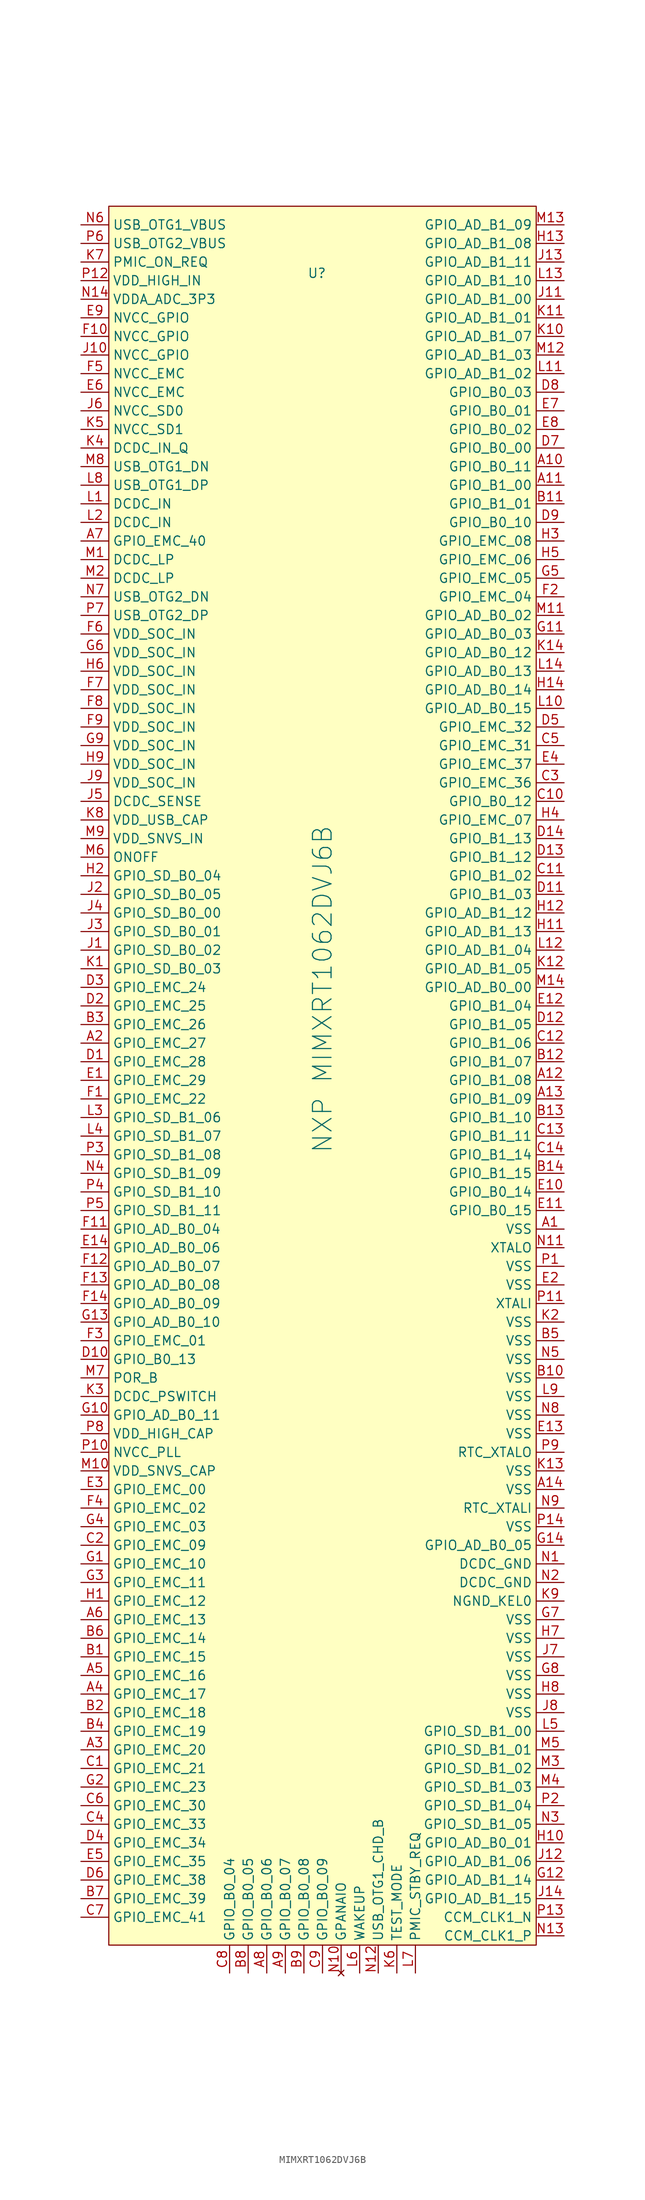
<source format=kicad_sym>
(kicad_symbol_lib
  (version 20241209)
  (generator "kicad_symbol_editor")
  (generator_version "9.0")
  (symbol "MIMXRT1062DVJ6B"
    (property "Reference" "U"
      (at 4.318 -9.144 0)
      (effects (font (size 1.27 1.27))))
    (property "Value" "NXP MIMXRT1062DVJ6B"
      (at 5.08 -106.934 90)
      (effects (font (size 2.54 2.54))))
    (symbol "MIMXRT1062DVJ6B_1_1"
      (rectangle (start -24.13 0) (end 34.29 -237.49) (stroke (width 0) (type solid)) (fill (type background)))
      (pin passive line (at -27.94 -2.54 0) (length 3.81) (name "USB_OTG1_VBUS" (effects (font (size 1.27 1.27)))) (number "N6" (effects (font (size 1.27 1.27)))))
      (pin passive line (at -27.94 -5.08 0) (length 3.81) (name "USB_OTG2_VBUS" (effects (font (size 1.27 1.27)))) (number "P6" (effects (font (size 1.27 1.27)))))
      (pin passive line (at -27.94 -7.62 0) (length 3.81) (name "PMIC_ON_REQ" (effects (font (size 1.27 1.27)))) (number "K7" (effects (font (size 1.27 1.27)))))
      (pin passive line (at -27.94 -10.16 0) (length 3.81) (name "VDD_HIGH_IN" (effects (font (size 1.27 1.27)))) (number "P12" (effects (font (size 1.27 1.27)))))
      (pin passive line (at -27.94 -12.7 0) (length 3.81) (name "VDDA_ADC_3P3" (effects (font (size 1.27 1.27)))) (number "N14" (effects (font (size 1.27 1.27)))))
      (pin passive line (at -27.94 -15.24 0) (length 3.81) (name "NVCC_GPIO" (effects (font (size 1.27 1.27)))) (number "E9" (effects (font (size 1.27 1.27)))))
      (pin passive line (at -27.94 -17.78 0) (length 3.81) (name "NVCC_GPIO" (effects (font (size 1.27 1.27)))) (number "F10" (effects (font (size 1.27 1.27)))))
      (pin passive line (at -27.94 -20.32 0) (length 3.81) (name "NVCC_GPIO" (effects (font (size 1.27 1.27)))) (number "J10" (effects (font (size 1.27 1.27)))))
      (pin passive line (at -27.94 -22.86 0) (length 3.81) (name "NVCC_EMC" (effects (font (size 1.27 1.27)))) (number "F5" (effects (font (size 1.27 1.27)))))
      (pin passive line (at -27.94 -25.4 0) (length 3.81) (name "NVCC_EMC" (effects (font (size 1.27 1.27)))) (number "E6" (effects (font (size 1.27 1.27)))))
      (pin passive line (at -27.94 -27.94 0) (length 3.81) (name "NVCC_SD0" (effects (font (size 1.27 1.27)))) (number "J6" (effects (font (size 1.27 1.27)))))
      (pin passive line (at -27.94 -30.48 0) (length 3.81) (name "NVCC_SD1" (effects (font (size 1.27 1.27)))) (number "K5" (effects (font (size 1.27 1.27)))))
      (pin power_in line (at -27.94 -33.02 0) (length 3.81) (name "DCDC_IN_Q" (effects (font (size 1.27 1.27)))) (number "K4" (effects (font (size 1.27 1.27)))))
      (pin passive line (at -27.94 -35.56 0) (length 3.81) (name "USB_OTG1_DN" (effects (font (size 1.27 1.27)))) (number "M8" (effects (font (size 1.27 1.27)))))
      (pin passive line (at -27.94 -38.1 0) (length 3.81) (name "USB_OTG1_DP" (effects (font (size 1.27 1.27)))) (number "L8" (effects (font (size 1.27 1.27)))))
      (pin power_in line (at -27.94 -40.64 0) (length 3.81) (name "DCDC_IN" (effects (font (size 1.27 1.27)))) (number "L1" (effects (font (size 1.27 1.27)))))
      (pin power_in line (at -27.94 -43.18 0) (length 3.81) (name "DCDC_IN" (effects (font (size 1.27 1.27)))) (number "L2" (effects (font (size 1.27 1.27)))))
      (pin passive line (at -27.94 -45.72 0) (length 3.81) (name "GPIO_EMC_40" (effects (font (size 1.27 1.27)))) (number "A7" (effects (font (size 1.27 1.27)))))
      (pin passive line (at -27.94 -48.26 0) (length 3.81) (name "DCDC_LP" (effects (font (size 1.27 1.27)))) (number "M1" (effects (font (size 1.27 1.27)))))
      (pin passive line (at -27.94 -50.8 0) (length 3.81) (name "DCDC_LP" (effects (font (size 1.27 1.27)))) (number "M2" (effects (font (size 1.27 1.27)))))
      (pin passive line (at -27.94 -53.34 0) (length 3.81) (name "USB_OTG2_DN" (effects (font (size 1.27 1.27)))) (number "N7" (effects (font (size 1.27 1.27)))))
      (pin passive line (at -27.94 -55.88 0) (length 3.81) (name "USB_OTG2_DP" (effects (font (size 1.27 1.27)))) (number "P7" (effects (font (size 1.27 1.27)))))
      (pin passive line (at -27.94 -58.42 0) (length 3.81) (name "VDD_SOC_IN" (effects (font (size 1.27 1.27)))) (number "F6" (effects (font (size 1.27 1.27)))))
      (pin passive line (at -27.94 -60.96 0) (length 3.81) (name "VDD_SOC_IN" (effects (font (size 1.27 1.27)))) (number "G6" (effects (font (size 1.27 1.27)))))
      (pin passive line (at -27.94 -63.5 0) (length 3.81) (name "VDD_SOC_IN" (effects (font (size 1.27 1.27)))) (number "H6" (effects (font (size 1.27 1.27)))))
      (pin passive line (at -27.94 -66.04 0) (length 3.81) (name "VDD_SOC_IN" (effects (font (size 1.27 1.27)))) (number "F7" (effects (font (size 1.27 1.27)))))
      (pin passive line (at -27.94 -68.58 0) (length 3.81) (name "VDD_SOC_IN" (effects (font (size 1.27 1.27)))) (number "F8" (effects (font (size 1.27 1.27)))))
      (pin passive line (at -27.94 -71.12 0) (length 3.81) (name "VDD_SOC_IN" (effects (font (size 1.27 1.27)))) (number "F9" (effects (font (size 1.27 1.27)))))
      (pin passive line (at -27.94 -73.66 0) (length 3.81) (name "VDD_SOC_IN" (effects (font (size 1.27 1.27)))) (number "G9" (effects (font (size 1.27 1.27)))))
      (pin passive line (at -27.94 -76.2 0) (length 3.81) (name "VDD_SOC_IN" (effects (font (size 1.27 1.27)))) (number "H9" (effects (font (size 1.27 1.27)))))
      (pin passive line (at -27.94 -78.74 0) (length 3.81) (name "VDD_SOC_IN" (effects (font (size 1.27 1.27)))) (number "J9" (effects (font (size 1.27 1.27)))))
      (pin passive line (at -27.94 -81.28 0) (length 3.81) (name "DCDC_SENSE" (effects (font (size 1.27 1.27)))) (number "J5" (effects (font (size 1.27 1.27)))))
      (pin passive line (at -27.94 -83.82 0) (length 3.81) (name "VDD_USB_CAP" (effects (font (size 1.27 1.27)))) (number "K8" (effects (font (size 1.27 1.27)))))
      (pin passive line (at -27.94 -86.36 0) (length 3.81) (name "VDD_SNVS_IN" (effects (font (size 1.27 1.27)))) (number "M9" (effects (font (size 1.27 1.27)))))
      (pin passive line (at -27.94 -88.9 0) (length 3.81) (name "ONOFF" (effects (font (size 1.27 1.27)))) (number "M6" (effects (font (size 1.27 1.27)))))
      (pin passive line (at -27.94 -91.44 0) (length 3.81) (name "GPIO_SD_B0_04" (effects (font (size 1.27 1.27)))) (number "H2" (effects (font (size 1.27 1.27)))))
      (pin passive line (at -27.94 -93.98 0) (length 3.81) (name "GPIO_SD_B0_05" (effects (font (size 1.27 1.27)))) (number "J2" (effects (font (size 1.27 1.27)))))
      (pin passive line (at -27.94 -96.52 0) (length 3.81) (name "GPIO_SD_B0_00" (effects (font (size 1.27 1.27)))) (number "J4" (effects (font (size 1.27 1.27)))))
      (pin passive line (at -27.94 -99.06 0) (length 3.81) (name "GPIO_SD_B0_01" (effects (font (size 1.27 1.27)))) (number "J3" (effects (font (size 1.27 1.27)))))
      (pin passive line (at -27.94 -101.6 0) (length 3.81) (name "GPIO_SD_B0_02" (effects (font (size 1.27 1.27)))) (number "J1" (effects (font (size 1.27 1.27)))))
      (pin passive line (at -27.94 -104.14 0) (length 3.81) (name "GPIO_SD_B0_03" (effects (font (size 1.27 1.27)))) (number "K1" (effects (font (size 1.27 1.27)))))
      (pin passive line (at -27.94 -106.68 0) (length 3.81) (name "GPIO_EMC_24" (effects (font (size 1.27 1.27)))) (number "D3" (effects (font (size 1.27 1.27)))))
      (pin passive line (at -27.94 -109.22 0) (length 3.81) (name "GPIO_EMC_25" (effects (font (size 1.27 1.27)))) (number "D2" (effects (font (size 1.27 1.27)))))
      (pin passive line (at -27.94 -111.76 0) (length 3.81) (name "GPIO_EMC_26" (effects (font (size 1.27 1.27)))) (number "B3" (effects (font (size 1.27 1.27)))))
      (pin passive line (at -27.94 -114.3 0) (length 3.81) (name "GPIO_EMC_27" (effects (font (size 1.27 1.27)))) (number "A2" (effects (font (size 1.27 1.27)))))
      (pin passive line (at -27.94 -116.84 0) (length 3.81) (name "GPIO_EMC_28" (effects (font (size 1.27 1.27)))) (number "D1" (effects (font (size 1.27 1.27)))))
      (pin passive line (at -27.94 -119.38 0) (length 3.81) (name "GPIO_EMC_29" (effects (font (size 1.27 1.27)))) (number "E1" (effects (font (size 1.27 1.27)))))
      (pin passive line (at -27.94 -121.92 0) (length 3.81) (name "GPIO_EMC_22" (effects (font (size 1.27 1.27)))) (number "F1" (effects (font (size 1.27 1.27)))))
      (pin passive line (at -27.94 -124.46 0) (length 3.81) (name "GPIO_SD_B1_06" (effects (font (size 1.27 1.27)))) (number "L3" (effects (font (size 1.27 1.27)))))
      (pin passive line (at -27.94 -127 0) (length 3.81) (name "GPIO_SD_B1_07" (effects (font (size 1.27 1.27)))) (number "L4" (effects (font (size 1.27 1.27)))))
      (pin passive line (at -27.94 -129.54 0) (length 3.81) (name "GPIO_SD_B1_08" (effects (font (size 1.27 1.27)))) (number "P3" (effects (font (size 1.27 1.27)))))
      (pin passive line (at -27.94 -132.08 0) (length 3.81) (name "GPIO_SD_B1_09" (effects (font (size 1.27 1.27)))) (number "N4" (effects (font (size 1.27 1.27)))))
      (pin passive line (at -27.94 -134.62 0) (length 3.81) (name "GPIO_SD_B1_10" (effects (font (size 1.27 1.27)))) (number "P4" (effects (font (size 1.27 1.27)))))
      (pin passive line (at -27.94 -137.16 0) (length 3.81) (name "GPIO_SD_B1_11" (effects (font (size 1.27 1.27)))) (number "P5" (effects (font (size 1.27 1.27)))))
      (pin passive line (at -27.94 -139.7 0) (length 3.81) (name "GPIO_AD_B0_04" (effects (font (size 1.27 1.27)))) (number "F11" (effects (font (size 1.27 1.27)))))
      (pin passive line (at -27.94 -142.24 0) (length 3.81) (name "GPIO_AD_B0_06" (effects (font (size 1.27 1.27)))) (number "E14" (effects (font (size 1.27 1.27)))))
      (pin passive line (at -27.94 -144.78 0) (length 3.81) (name "GPIO_AD_B0_07" (effects (font (size 1.27 1.27)))) (number "F12" (effects (font (size 1.27 1.27)))))
      (pin passive line (at -27.94 -147.32 0) (length 3.81) (name "GPIO_AD_B0_08" (effects (font (size 1.27 1.27)))) (number "F13" (effects (font (size 1.27 1.27)))))
      (pin passive line (at -27.94 -149.86 0) (length 3.81) (name "GPIO_AD_B0_09" (effects (font (size 1.27 1.27)))) (number "F14" (effects (font (size 1.27 1.27)))))
      (pin passive line (at -27.94 -152.4 0) (length 3.81) (name "GPIO_AD_B0_10" (effects (font (size 1.27 1.27)))) (number "G13" (effects (font (size 1.27 1.27)))))
      (pin passive line (at -27.94 -154.94 0) (length 3.81) (name "GPIO_EMC_01" (effects (font (size 1.27 1.27)))) (number "F3" (effects (font (size 1.27 1.27)))))
      (pin passive line (at -27.94 -157.48 0) (length 3.81) (name "GPIO_B0_13" (effects (font (size 1.27 1.27)))) (number "D10" (effects (font (size 1.27 1.27)))))
      (pin passive line (at -27.94 -160.02 0) (length 3.81) (name "POR_B" (effects (font (size 1.27 1.27)))) (number "M7" (effects (font (size 1.27 1.27)))))
      (pin passive line (at -27.94 -162.56 0) (length 3.81) (name "DCDC_PSWITCH" (effects (font (size 1.27 1.27)))) (number "K3" (effects (font (size 1.27 1.27)))))
      (pin passive line (at -27.94 -165.1 0) (length 3.81) (name "GPIO_AD_B0_11" (effects (font (size 1.27 1.27)))) (number "G10" (effects (font (size 1.27 1.27)))))
      (pin passive line (at -27.94 -167.64 0) (length 3.81) (name "VDD_HIGH_CAP" (effects (font (size 1.27 1.27)))) (number "P8" (effects (font (size 1.27 1.27)))))
      (pin passive line (at -27.94 -170.18 0) (length 3.81) (name "NVCC_PLL" (effects (font (size 1.27 1.27)))) (number "P10" (effects (font (size 1.27 1.27)))))
      (pin passive line (at -27.94 -172.72 0) (length 3.81) (name "VDD_SNVS_CAP" (effects (font (size 1.27 1.27)))) (number "M10" (effects (font (size 1.27 1.27)))))
      (pin passive line (at -27.94 -175.26 0) (length 3.81) (name "GPIO_EMC_00" (effects (font (size 1.27 1.27)))) (number "E3" (effects (font (size 1.27 1.27)))))
      (pin passive line (at -27.94 -177.8 0) (length 3.81) (name "GPIO_EMC_02" (effects (font (size 1.27 1.27)))) (number "F4" (effects (font (size 1.27 1.27)))))
      (pin passive line (at -27.94 -180.34 0) (length 3.81) (name "GPIO_EMC_03" (effects (font (size 1.27 1.27)))) (number "G4" (effects (font (size 1.27 1.27)))))
      (pin passive line (at -27.94 -182.88 0) (length 3.81) (name "GPIO_EMC_09" (effects (font (size 1.27 1.27)))) (number "C2" (effects (font (size 1.27 1.27)))))
      (pin passive line (at -27.94 -185.42 0) (length 3.81) (name "GPIO_EMC_10" (effects (font (size 1.27 1.27)))) (number "G1" (effects (font (size 1.27 1.27)))))
      (pin passive line (at -27.94 -187.96 0) (length 3.81) (name "GPIO_EMC_11" (effects (font (size 1.27 1.27)))) (number "G3" (effects (font (size 1.27 1.27)))))
      (pin passive line (at -27.94 -190.5 0) (length 3.81) (name "GPIO_EMC_12" (effects (font (size 1.27 1.27)))) (number "H1" (effects (font (size 1.27 1.27)))))
      (pin passive line (at -27.94 -193.04 0) (length 3.81) (name "GPIO_EMC_13" (effects (font (size 1.27 1.27)))) (number "A6" (effects (font (size 1.27 1.27)))))
      (pin passive line (at -27.94 -195.58 0) (length 3.81) (name "GPIO_EMC_14" (effects (font (size 1.27 1.27)))) (number "B6" (effects (font (size 1.27 1.27)))))
      (pin passive line (at -27.94 -198.12 0) (length 3.81) (name "GPIO_EMC_15" (effects (font (size 1.27 1.27)))) (number "B1" (effects (font (size 1.27 1.27)))))
      (pin passive line (at -27.94 -200.66 0) (length 3.81) (name "GPIO_EMC_16" (effects (font (size 1.27 1.27)))) (number "A5" (effects (font (size 1.27 1.27)))))
      (pin passive line (at -27.94 -203.2 0) (length 3.81) (name "GPIO_EMC_17" (effects (font (size 1.27 1.27)))) (number "A4" (effects (font (size 1.27 1.27)))))
      (pin passive line (at -27.94 -205.74 0) (length 3.81) (name "GPIO_EMC_18" (effects (font (size 1.27 1.27)))) (number "B2" (effects (font (size 1.27 1.27)))))
      (pin passive line (at -27.94 -208.28 0) (length 3.81) (name "GPIO_EMC_19" (effects (font (size 1.27 1.27)))) (number "B4" (effects (font (size 1.27 1.27)))))
      (pin passive line (at -27.94 -210.82 0) (length 3.81) (name "GPIO_EMC_20" (effects (font (size 1.27 1.27)))) (number "A3" (effects (font (size 1.27 1.27)))))
      (pin passive line (at -27.94 -213.36 0) (length 3.81) (name "GPIO_EMC_21" (effects (font (size 1.27 1.27)))) (number "C1" (effects (font (size 1.27 1.27)))))
      (pin passive line (at -27.94 -215.9 0) (length 3.81) (name "GPIO_EMC_23" (effects (font (size 1.27 1.27)))) (number "G2" (effects (font (size 1.27 1.27)))))
      (pin passive line (at -27.94 -218.44 0) (length 3.81) (name "GPIO_EMC_30" (effects (font (size 1.27 1.27)))) (number "C6" (effects (font (size 1.27 1.27)))))
      (pin passive line (at -27.94 -220.98 0) (length 3.81) (name "GPIO_EMC_33" (effects (font (size 1.27 1.27)))) (number "C4" (effects (font (size 1.27 1.27)))))
      (pin passive line (at -27.94 -223.52 0) (length 3.81) (name "GPIO_EMC_34" (effects (font (size 1.27 1.27)))) (number "D4" (effects (font (size 1.27 1.27)))))
      (pin passive line (at -27.94 -226.06 0) (length 3.81) (name "GPIO_EMC_35" (effects (font (size 1.27 1.27)))) (number "E5" (effects (font (size 1.27 1.27)))))
      (pin passive line (at -27.94 -228.6 0) (length 3.81) (name "GPIO_EMC_38" (effects (font (size 1.27 1.27)))) (number "D6" (effects (font (size 1.27 1.27)))))
      (pin passive line (at -27.94 -231.14 0) (length 3.81) (name "GPIO_EMC_39" (effects (font (size 1.27 1.27)))) (number "B7" (effects (font (size 1.27 1.27)))))
      (pin passive line (at -27.94 -233.68 0) (length 3.81) (name "GPIO_EMC_41" (effects (font (size 1.27 1.27)))) (number "C7" (effects (font (size 1.27 1.27)))))
      (pin passive line (at -7.62 -241.3 90) (length 3.81) (name "GPIO_B0_04" (effects (font (size 1.27 1.27)))) (number "C8" (effects (font (size 1.27 1.27)))))
      (pin passive line (at -5.08 -241.3 90) (length 3.81) (name "GPIO_B0_05" (effects (font (size 1.27 1.27)))) (number "B8" (effects (font (size 1.27 1.27)))))
      (pin passive line (at -2.54 -241.3 90) (length 3.81) (name "GPIO_B0_06" (effects (font (size 1.27 1.27)))) (number "A8" (effects (font (size 1.27 1.27)))))
      (pin passive line (at 0 -241.3 90) (length 3.81) (name "GPIO_B0_07" (effects (font (size 1.27 1.27)))) (number "A9" (effects (font (size 1.27 1.27)))))
      (pin passive line (at 2.54 -241.3 90) (length 3.81) (name "GPIO_B0_08" (effects (font (size 1.27 1.27)))) (number "B9" (effects (font (size 1.27 1.27)))))
      (pin passive line (at 5.08 -241.3 90) (length 3.81) (name "GPIO_B0_09" (effects (font (size 1.27 1.27)))) (number "C9" (effects (font (size 1.27 1.27)))))
      (pin no_connect line (at 7.62 -241.3 90) (length 3.81) (name "GPANAIO" (effects (font (size 1.27 1.27)))) (number "N10" (effects (font (size 1.27 1.27)))))
      (pin passive line (at 10.16 -241.3 90) (length 3.81) (name "WAKEUP" (effects (font (size 1.27 1.27)))) (number "L6" (effects (font (size 1.27 1.27)))))
      (pin passive line (at 12.7 -241.3 90) (length 3.81) (name "USB_OTG1_CHD_B" (effects (font (size 1.27 1.27)))) (number "N12" (effects (font (size 1.27 1.27)))))
      (pin passive line (at 15.24 -241.3 90) (length 3.81) (name "TEST_MODE" (effects (font (size 1.27 1.27)))) (number "K6" (effects (font (size 1.27 1.27)))))
      (pin passive line (at 17.78 -241.3 90) (length 3.81) (name "PMIC_STBY_REQ" (effects (font (size 1.27 1.27)))) (number "L7" (effects (font (size 1.27 1.27)))))
      (pin passive line (at 38.1 -2.54 180) (length 3.81) (name "GPIO_AD_B1_09" (effects (font (size 1.27 1.27)))) (number "M13" (effects (font (size 1.27 1.27)))))
      (pin passive line (at 38.1 -5.08 180) (length 3.81) (name "GPIO_AD_B1_08" (effects (font (size 1.27 1.27)))) (number "H13" (effects (font (size 1.27 1.27)))))
      (pin passive line (at 38.1 -7.62 180) (length 3.81) (name "GPIO_AD_B1_11" (effects (font (size 1.27 1.27)))) (number "J13" (effects (font (size 1.27 1.27)))))
      (pin passive line (at 38.1 -10.16 180) (length 3.81) (name "GPIO_AD_B1_10" (effects (font (size 1.27 1.27)))) (number "L13" (effects (font (size 1.27 1.27)))))
      (pin passive line (at 38.1 -12.7 180) (length 3.81) (name "GPIO_AD_B1_00" (effects (font (size 1.27 1.27)))) (number "J11" (effects (font (size 1.27 1.27)))))
      (pin passive line (at 38.1 -15.24 180) (length 3.81) (name "GPIO_AD_B1_01" (effects (font (size 1.27 1.27)))) (number "K11" (effects (font (size 1.27 1.27)))))
      (pin passive line (at 38.1 -17.78 180) (length 3.81) (name "GPIO_AD_B1_07" (effects (font (size 1.27 1.27)))) (number "K10" (effects (font (size 1.27 1.27)))))
      (pin passive line (at 38.1 -20.32 180) (length 3.81) (name "GPIO_AD_B1_03" (effects (font (size 1.27 1.27)))) (number "M12" (effects (font (size 1.27 1.27)))))
      (pin passive line (at 38.1 -22.86 180) (length 3.81) (name "GPIO_AD_B1_02" (effects (font (size 1.27 1.27)))) (number "L11" (effects (font (size 1.27 1.27)))))
      (pin passive line (at 38.1 -25.4 180) (length 3.81) (name "GPIO_B0_03" (effects (font (size 1.27 1.27)))) (number "D8" (effects (font (size 1.27 1.27)))))
      (pin passive line (at 38.1 -27.94 180) (length 3.81) (name "GPIO_B0_01" (effects (font (size 1.27 1.27)))) (number "E7" (effects (font (size 1.27 1.27)))))
      (pin passive line (at 38.1 -30.48 180) (length 3.81) (name "GPIO_B0_02" (effects (font (size 1.27 1.27)))) (number "E8" (effects (font (size 1.27 1.27)))))
      (pin passive line (at 38.1 -33.02 180) (length 3.81) (name "GPIO_B0_00" (effects (font (size 1.27 1.27)))) (number "D7" (effects (font (size 1.27 1.27)))))
      (pin passive line (at 38.1 -35.56 180) (length 3.81) (name "GPIO_B0_11" (effects (font (size 1.27 1.27)))) (number "A10" (effects (font (size 1.27 1.27)))))
      (pin passive line (at 38.1 -38.1 180) (length 3.81) (name "GPIO_B1_00" (effects (font (size 1.27 1.27)))) (number "A11" (effects (font (size 1.27 1.27)))))
      (pin passive line (at 38.1 -40.64 180) (length 3.81) (name "GPIO_B1_01" (effects (font (size 1.27 1.27)))) (number "B11" (effects (font (size 1.27 1.27)))))
      (pin passive line (at 38.1 -43.18 180) (length 3.81) (name "GPIO_B0_10" (effects (font (size 1.27 1.27)))) (number "D9" (effects (font (size 1.27 1.27)))))
      (pin passive line (at 38.1 -45.72 180) (length 3.81) (name "GPIO_EMC_08" (effects (font (size 1.27 1.27)))) (number "H3" (effects (font (size 1.27 1.27)))))
      (pin passive line (at 38.1 -48.26 180) (length 3.81) (name "GPIO_EMC_06" (effects (font (size 1.27 1.27)))) (number "H5" (effects (font (size 1.27 1.27)))))
      (pin passive line (at 38.1 -50.8 180) (length 3.81) (name "GPIO_EMC_05" (effects (font (size 1.27 1.27)))) (number "G5" (effects (font (size 1.27 1.27)))))
      (pin passive line (at 38.1 -53.34 180) (length 3.81) (name "GPIO_EMC_04" (effects (font (size 1.27 1.27)))) (number "F2" (effects (font (size 1.27 1.27)))))
      (pin passive line (at 38.1 -55.88 180) (length 3.81) (name "GPIO_AD_B0_02" (effects (font (size 1.27 1.27)))) (number "M11" (effects (font (size 1.27 1.27)))))
      (pin passive line (at 38.1 -58.42 180) (length 3.81) (name "GPIO_AD_B0_03" (effects (font (size 1.27 1.27)))) (number "G11" (effects (font (size 1.27 1.27)))))
      (pin passive line (at 38.1 -60.96 180) (length 3.81) (name "GPIO_AD_B0_12" (effects (font (size 1.27 1.27)))) (number "K14" (effects (font (size 1.27 1.27)))))
      (pin passive line (at 38.1 -63.5 180) (length 3.81) (name "GPIO_AD_B0_13" (effects (font (size 1.27 1.27)))) (number "L14" (effects (font (size 1.27 1.27)))))
      (pin passive line (at 38.1 -66.04 180) (length 3.81) (name "GPIO_AD_B0_14" (effects (font (size 1.27 1.27)))) (number "H14" (effects (font (size 1.27 1.27)))))
      (pin passive line (at 38.1 -68.58 180) (length 3.81) (name "GPIO_AD_B0_15" (effects (font (size 1.27 1.27)))) (number "L10" (effects (font (size 1.27 1.27)))))
      (pin passive line (at 38.1 -71.12 180) (length 3.81) (name "GPIO_EMC_32" (effects (font (size 1.27 1.27)))) (number "D5" (effects (font (size 1.27 1.27)))))
      (pin passive line (at 38.1 -73.66 180) (length 3.81) (name "GPIO_EMC_31" (effects (font (size 1.27 1.27)))) (number "C5" (effects (font (size 1.27 1.27)))))
      (pin passive line (at 38.1 -76.2 180) (length 3.81) (name "GPIO_EMC_37" (effects (font (size 1.27 1.27)))) (number "E4" (effects (font (size 1.27 1.27)))))
      (pin passive line (at 38.1 -78.74 180) (length 3.81) (name "GPIO_EMC_36" (effects (font (size 1.27 1.27)))) (number "C3" (effects (font (size 1.27 1.27)))))
      (pin passive line (at 38.1 -81.28 180) (length 3.81) (name "GPIO_B0_12" (effects (font (size 1.27 1.27)))) (number "C10" (effects (font (size 1.27 1.27)))))
      (pin passive line (at 38.1 -83.82 180) (length 3.81) (name "GPIO_EMC_07" (effects (font (size 1.27 1.27)))) (number "H4" (effects (font (size 1.27 1.27)))))
      (pin passive line (at 38.1 -86.36 180) (length 3.81) (name "GPIO_B1_13" (effects (font (size 1.27 1.27)))) (number "D14" (effects (font (size 1.27 1.27)))))
      (pin passive line (at 38.1 -88.9 180) (length 3.81) (name "GPIO_B1_12" (effects (font (size 1.27 1.27)))) (number "D13" (effects (font (size 1.27 1.27)))))
      (pin passive line (at 38.1 -91.44 180) (length 3.81) (name "GPIO_B1_02" (effects (font (size 1.27 1.27)))) (number "C11" (effects (font (size 1.27 1.27)))))
      (pin passive line (at 38.1 -93.98 180) (length 3.81) (name "GPIO_B1_03" (effects (font (size 1.27 1.27)))) (number "D11" (effects (font (size 1.27 1.27)))))
      (pin passive line (at 38.1 -96.52 180) (length 3.81) (name "GPIO_AD_B1_12" (effects (font (size 1.27 1.27)))) (number "H12" (effects (font (size 1.27 1.27)))))
      (pin passive line (at 38.1 -99.06 180) (length 3.81) (name "GPIO_AD_B1_13" (effects (font (size 1.27 1.27)))) (number "H11" (effects (font (size 1.27 1.27)))))
      (pin passive line (at 38.1 -101.6 180) (length 3.81) (name "GPIO_AD_B1_04" (effects (font (size 1.27 1.27)))) (number "L12" (effects (font (size 1.27 1.27)))))
      (pin passive line (at 38.1 -104.14 180) (length 3.81) (name "GPIO_AD_B1_05" (effects (font (size 1.27 1.27)))) (number "K12" (effects (font (size 1.27 1.27)))))
      (pin passive line (at 38.1 -106.68 180) (length 3.81) (name "GPIO_AD_B0_00" (effects (font (size 1.27 1.27)))) (number "M14" (effects (font (size 1.27 1.27)))))
      (pin passive line (at 38.1 -109.22 180) (length 3.81) (name "GPIO_B1_04" (effects (font (size 1.27 1.27)))) (number "E12" (effects (font (size 1.27 1.27)))))
      (pin passive line (at 38.1 -111.76 180) (length 3.81) (name "GPIO_B1_05" (effects (font (size 1.27 1.27)))) (number "D12" (effects (font (size 1.27 1.27)))))
      (pin passive line (at 38.1 -114.3 180) (length 3.81) (name "GPIO_B1_06" (effects (font (size 1.27 1.27)))) (number "C12" (effects (font (size 1.27 1.27)))))
      (pin passive line (at 38.1 -116.84 180) (length 3.81) (name "GPIO_B1_07" (effects (font (size 1.27 1.27)))) (number "B12" (effects (font (size 1.27 1.27)))))
      (pin passive line (at 38.1 -119.38 180) (length 3.81) (name "GPIO_B1_08" (effects (font (size 1.27 1.27)))) (number "A12" (effects (font (size 1.27 1.27)))))
      (pin passive line (at 38.1 -121.92 180) (length 3.81) (name "GPIO_B1_09" (effects (font (size 1.27 1.27)))) (number "A13" (effects (font (size 1.27 1.27)))))
      (pin passive line (at 38.1 -124.46 180) (length 3.81) (name "GPIO_B1_10" (effects (font (size 1.27 1.27)))) (number "B13" (effects (font (size 1.27 1.27)))))
      (pin passive line (at 38.1 -127 180) (length 3.81) (name "GPIO_B1_11" (effects (font (size 1.27 1.27)))) (number "C13" (effects (font (size 1.27 1.27)))))
      (pin passive line (at 38.1 -129.54 180) (length 3.81) (name "GPIO_B1_14" (effects (font (size 1.27 1.27)))) (number "C14" (effects (font (size 1.27 1.27)))))
      (pin passive line (at 38.1 -132.08 180) (length 3.81) (name "GPIO_B1_15" (effects (font (size 1.27 1.27)))) (number "B14" (effects (font (size 1.27 1.27)))))
      (pin passive line (at 38.1 -134.62 180) (length 3.81) (name "GPIO_B0_14" (effects (font (size 1.27 1.27)))) (number "E10" (effects (font (size 1.27 1.27)))))
      (pin passive line (at 38.1 -137.16 180) (length 3.81) (name "GPIO_B0_15" (effects (font (size 1.27 1.27)))) (number "E11" (effects (font (size 1.27 1.27)))))
      (pin passive line (at 38.1 -139.7 180) (length 3.81) (name "VSS" (effects (font (size 1.27 1.27)))) (number "A1" (effects (font (size 1.27 1.27)))))
      (pin passive line (at 38.1 -142.24 180) (length 3.81) (name "XTALO" (effects (font (size 1.27 1.27)))) (number "N11" (effects (font (size 1.27 1.27)))))
      (pin passive line (at 38.1 -144.78 180) (length 3.81) (name "VSS" (effects (font (size 1.27 1.27)))) (number "P1" (effects (font (size 1.27 1.27)))))
      (pin passive line (at 38.1 -147.32 180) (length 3.81) (name "VSS" (effects (font (size 1.27 1.27)))) (number "E2" (effects (font (size 1.27 1.27)))))
      (pin passive line (at 38.1 -149.86 180) (length 3.81) (name "XTALI" (effects (font (size 1.27 1.27)))) (number "P11" (effects (font (size 1.27 1.27)))))
      (pin passive line (at 38.1 -152.4 180) (length 3.81) (name "VSS" (effects (font (size 1.27 1.27)))) (number "K2" (effects (font (size 1.27 1.27)))))
      (pin passive line (at 38.1 -154.94 180) (length 3.81) (name "VSS" (effects (font (size 1.27 1.27)))) (number "B5" (effects (font (size 1.27 1.27)))))
      (pin passive line (at 38.1 -157.48 180) (length 3.81) (name "VSS" (effects (font (size 1.27 1.27)))) (number "N5" (effects (font (size 1.27 1.27)))))
      (pin passive line (at 38.1 -160.02 180) (length 3.81) (name "VSS" (effects (font (size 1.27 1.27)))) (number "B10" (effects (font (size 1.27 1.27)))))
      (pin passive line (at 38.1 -162.56 180) (length 3.81) (name "VSS" (effects (font (size 1.27 1.27)))) (number "L9" (effects (font (size 1.27 1.27)))))
      (pin passive line (at 38.1 -165.1 180) (length 3.81) (name "VSS" (effects (font (size 1.27 1.27)))) (number "N8" (effects (font (size 1.27 1.27)))))
      (pin passive line (at 38.1 -167.64 180) (length 3.81) (name "VSS" (effects (font (size 1.27 1.27)))) (number "E13" (effects (font (size 1.27 1.27)))))
      (pin passive line (at 38.1 -170.18 180) (length 3.81) (name "RTC_XTALO" (effects (font (size 1.27 1.27)))) (number "P9" (effects (font (size 1.27 1.27)))))
      (pin passive line (at 38.1 -172.72 180) (length 3.81) (name "VSS" (effects (font (size 1.27 1.27)))) (number "K13" (effects (font (size 1.27 1.27)))))
      (pin passive line (at 38.1 -175.26 180) (length 3.81) (name "VSS" (effects (font (size 1.27 1.27)))) (number "A14" (effects (font (size 1.27 1.27)))))
      (pin passive line (at 38.1 -177.8 180) (length 3.81) (name "RTC_XTALI" (effects (font (size 1.27 1.27)))) (number "N9" (effects (font (size 1.27 1.27)))))
      (pin passive line (at 38.1 -180.34 180) (length 3.81) (name "VSS" (effects (font (size 1.27 1.27)))) (number "P14" (effects (font (size 1.27 1.27)))))
      (pin passive line (at 38.1 -182.88 180) (length 3.81) (name "GPIO_AD_B0_05" (effects (font (size 1.27 1.27)))) (number "G14" (effects (font (size 1.27 1.27)))))
      (pin power_in line (at 38.1 -185.42 180) (length 3.81) (name "DCDC_GND" (effects (font (size 1.27 1.27)))) (number "N1" (effects (font (size 1.27 1.27)))))
      (pin power_in line (at 38.1 -187.96 180) (length 3.81) (name "DCDC_GND" (effects (font (size 1.27 1.27)))) (number "N2" (effects (font (size 1.27 1.27)))))
      (pin passive line (at 38.1 -190.5 180) (length 3.81) (name "NGND_KEL0" (effects (font (size 1.27 1.27)))) (number "K9" (effects (font (size 1.27 1.27)))))
      (pin passive line (at 38.1 -193.04 180) (length 3.81) (name "VSS" (effects (font (size 1.27 1.27)))) (number "G7" (effects (font (size 1.27 1.27)))))
      (pin passive line (at 38.1 -195.58 180) (length 3.81) (name "VSS" (effects (font (size 1.27 1.27)))) (number "H7" (effects (font (size 1.27 1.27)))))
      (pin passive line (at 38.1 -198.12 180) (length 3.81) (name "VSS" (effects (font (size 1.27 1.27)))) (number "J7" (effects (font (size 1.27 1.27)))))
      (pin passive line (at 38.1 -200.66 180) (length 3.81) (name "VSS" (effects (font (size 1.27 1.27)))) (number "G8" (effects (font (size 1.27 1.27)))))
      (pin passive line (at 38.1 -203.2 180) (length 3.81) (name "VSS" (effects (font (size 1.27 1.27)))) (number "H8" (effects (font (size 1.27 1.27)))))
      (pin passive line (at 38.1 -205.74 180) (length 3.81) (name "VSS" (effects (font (size 1.27 1.27)))) (number "J8" (effects (font (size 1.27 1.27)))))
      (pin passive line (at 38.1 -208.28 180) (length 3.81) (name "GPIO_SD_B1_00" (effects (font (size 1.27 1.27)))) (number "L5" (effects (font (size 1.27 1.27)))))
      (pin passive line (at 38.1 -210.82 180) (length 3.81) (name "GPIO_SD_B1_01" (effects (font (size 1.27 1.27)))) (number "M5" (effects (font (size 1.27 1.27)))))
      (pin passive line (at 38.1 -213.36 180) (length 3.81) (name "GPIO_SD_B1_02" (effects (font (size 1.27 1.27)))) (number "M3" (effects (font (size 1.27 1.27)))))
      (pin passive line (at 38.1 -215.9 180) (length 3.81) (name "GPIO_SD_B1_03" (effects (font (size 1.27 1.27)))) (number "M4" (effects (font (size 1.27 1.27)))))
      (pin passive line (at 38.1 -218.44 180) (length 3.81) (name "GPIO_SD_B1_04" (effects (font (size 1.27 1.27)))) (number "P2" (effects (font (size 1.27 1.27)))))
      (pin passive line (at 38.1 -220.98 180) (length 3.81) (name "GPIO_SD_B1_05" (effects (font (size 1.27 1.27)))) (number "N3" (effects (font (size 1.27 1.27)))))
      (pin passive line (at 38.1 -223.52 180) (length 3.81) (name "GPIO_AD_B0_01" (effects (font (size 1.27 1.27)))) (number "H10" (effects (font (size 1.27 1.27)))))
      (pin passive line (at 38.1 -226.06 180) (length 3.81) (name "GPIO_AD_B1_06" (effects (font (size 1.27 1.27)))) (number "J12" (effects (font (size 1.27 1.27)))))
      (pin passive line (at 38.1 -228.6 180) (length 3.81) (name "GPIO_AD_B1_14" (effects (font (size 1.27 1.27)))) (number "G12" (effects (font (size 1.27 1.27)))))
      (pin passive line (at 38.1 -231.14 180) (length 3.81) (name "GPIO_AD_B1_15" (effects (font (size 1.27 1.27)))) (number "J14" (effects (font (size 1.27 1.27)))))
      (pin passive line (at 38.1 -233.68 180) (length 3.81) (name "CCM_CLK1_N" (effects (font (size 1.27 1.27)))) (number "P13" (effects (font (size 1.27 1.27)))))
      (pin passive line (at 38.1 -236.22 180) (length 3.81) (name "CCM_CLK1_P" (effects (font (size 1.27 1.27)))) (number "N13" (effects (font (size 1.27 1.27))))))))
</source>
